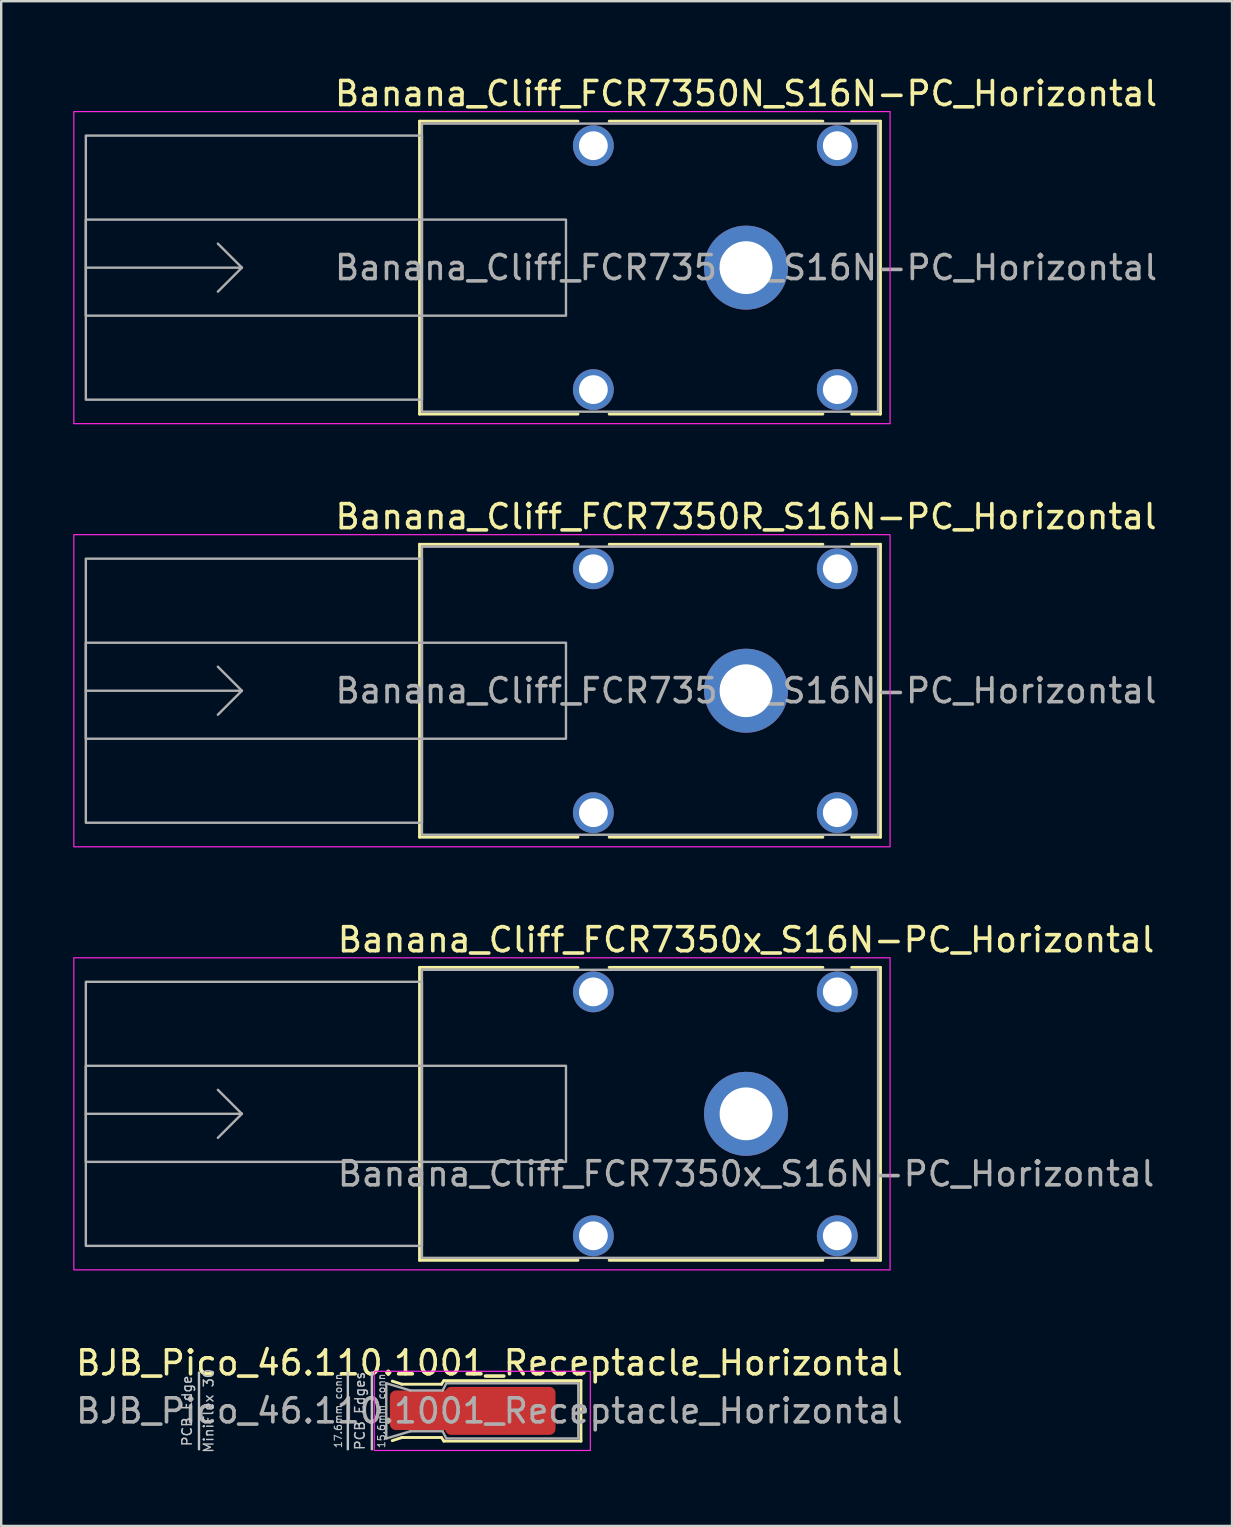
<source format=kicad_pcb>
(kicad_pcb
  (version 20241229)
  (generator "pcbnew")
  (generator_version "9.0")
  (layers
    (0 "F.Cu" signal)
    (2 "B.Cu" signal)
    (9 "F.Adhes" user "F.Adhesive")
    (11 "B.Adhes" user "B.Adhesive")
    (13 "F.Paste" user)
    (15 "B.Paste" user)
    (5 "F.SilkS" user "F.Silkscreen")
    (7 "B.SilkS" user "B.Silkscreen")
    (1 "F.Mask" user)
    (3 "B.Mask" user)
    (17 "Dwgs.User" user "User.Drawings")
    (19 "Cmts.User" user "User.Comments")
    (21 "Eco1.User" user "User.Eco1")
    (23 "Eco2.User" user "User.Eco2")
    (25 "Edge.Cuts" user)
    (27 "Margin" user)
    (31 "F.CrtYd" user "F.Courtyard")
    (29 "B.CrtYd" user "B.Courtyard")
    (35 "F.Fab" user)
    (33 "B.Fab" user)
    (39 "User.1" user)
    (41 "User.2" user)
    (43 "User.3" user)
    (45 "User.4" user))
  (footprint "Banana_Cliff_FCR7350x_S16N-PC_Horizontal"
    (layer "F.Cu")
    (at 28.025 43.345)
    (property "Reference" "Banana_Cliff_FCR7350x_S16N-PC_Horizontal" (at 0 -7.25 0) (unlocked yes) (layer "F.SilkS") (effects (font (size 1 1) (thickness 0.15))))
    (attr through_hole)
    (fp_line (start -13.6 -6.1) (end -13.6 6.1) (stroke (width 0.12) (type solid)) (layer "F.SilkS"))
    (fp_line (start -13.6 6.1) (end -7 6.1) (stroke (width 0.12) (type solid)) (layer "F.SilkS"))
    (fp_line (start -7 -6.1) (end -13.6 -6.1) (stroke (width 0.12) (type solid)) (layer "F.SilkS"))
    (fp_line (start -5.7 6.1) (end 3.2 6.1) (stroke (width 0.12) (type solid)) (layer "F.SilkS"))
    (fp_line (start 3.2 -6.1) (end -5.7 -6.1) (stroke (width 0.12) (type solid)) (layer "F.SilkS"))
    (fp_line (start 4.4 6.1) (end 5.6 6.1) (stroke (width 0.12) (type solid)) (layer "F.SilkS"))
    (fp_line (start 5.6 -6.1) (end 4.4 -6.1) (stroke (width 0.12) (type solid)) (layer "F.SilkS"))
    (fp_line (start 5.6 6.1) (end 5.6 -6.1) (stroke (width 0.12) (type solid)) (layer "F.SilkS"))
    (fp_rect (start 6 6.5) (end -28 -6.5) (stroke (width 0.05) (type solid)) (fill no) (layer "F.CrtYd"))
    (fp_line (start -27.5 0) (end -21 0) (stroke (width 0.1) (type solid)) (layer "F.Fab"))
    (fp_line (start -21 0) (end -22 -1) (stroke (width 0.1) (type solid)) (layer "F.Fab"))
    (fp_line (start -21 0) (end -22 1) (stroke (width 0.1) (type solid)) (layer "F.Fab"))
    (fp_rect (start -27.5 -2) (end -7.5 2) (stroke (width 0.1) (type solid)) (fill no) (layer "F.Fab"))
    (fp_rect (start -13.5 -6) (end 5.5 6) (stroke (width 0.1) (type solid)) (fill no) (layer "F.Fab"))
    (fp_rect (start -13.5 -5.5) (end -27.5 5.5) (stroke (width 0.1) (type solid)) (fill no) (layer "F.Fab"))
    (fp_text user "${REFERENCE}" (at 0 2.5 0) (unlocked yes) (layer "F.Fab") (effects (font (size 1 1) (thickness 0.15))))
    (pad "" np_thru_hole circle (at -6.36 -5.08) (size 1.7 1.7) (drill 1.2) (layers "*.Cu" "*.Mask"))
    (pad "" np_thru_hole circle (at -6.36 5.08) (size 1.7 1.7) (drill 1.2) (layers "*.Cu" "*.Mask"))
    (pad "" np_thru_hole circle (at 3.8 -5.08) (size 1.7 1.7) (drill 1.2) (layers "*.Cu" "*.Mask"))
    (pad "" np_thru_hole circle (at 3.8 5.08) (size 1.7 1.7) (drill 1.2) (layers "*.Cu" "*.Mask"))
    (pad "1" thru_hole circle (at 0 0) (size 3.5 3.5) (drill 2.2) (layers "*.Cu" "*.Mask")))
  (footprint "Banana_Cliff_FCR7350R_S16N-PC_Horizontal"
    (layer "F.Cu")
    (at 28.025 25.721)
    (property "Reference" "Banana_Cliff_FCR7350R_S16N-PC_Horizontal" (at 0 -7.25 0) (layer "F.SilkS") (effects (font (size 1 1) (thickness 0.15))))
    (attr through_hole)
    (fp_line (start -13.6 -6.1) (end -13.6 6.1) (stroke (width 0.12) (type solid)) (layer "F.SilkS"))
    (fp_line (start -13.6 6.1) (end -7 6.1) (stroke (width 0.12) (type solid)) (layer "F.SilkS"))
    (fp_line (start -7 -6.1) (end -13.6 -6.1) (stroke (width 0.12) (type solid)) (layer "F.SilkS"))
    (fp_line (start -5.7 6.1) (end 3.2 6.1) (stroke (width 0.12) (type solid)) (layer "F.SilkS"))
    (fp_line (start 3.2 -6.1) (end -5.7 -6.1) (stroke (width 0.12) (type solid)) (layer "F.SilkS"))
    (fp_line (start 4.4 6.1) (end 5.6 6.1) (stroke (width 0.12) (type solid)) (layer "F.SilkS"))
    (fp_line (start 5.6 -6.1) (end 4.4 -6.1) (stroke (width 0.12) (type solid)) (layer "F.SilkS"))
    (fp_line (start 5.6 6.1) (end 5.6 -6.1) (stroke (width 0.12) (type solid)) (layer "F.SilkS"))
    (fp_rect (start 6 6.5) (end -28 -6.5) (stroke (width 0.05) (type solid)) (fill no) (layer "F.CrtYd"))
    (fp_line (start -27.5 0) (end -21 0) (stroke (width 0.1) (type solid)) (layer "F.Fab"))
    (fp_line (start -21 0) (end -22 -1) (stroke (width 0.1) (type solid)) (layer "F.Fab"))
    (fp_line (start -21 0) (end -22 1) (stroke (width 0.1) (type solid)) (layer "F.Fab"))
    (fp_rect (start -27.5 -2) (end -7.5 2) (stroke (width 0.1) (type solid)) (fill no) (layer "F.Fab"))
    (fp_rect (start -13.5 -6) (end 5.5 6) (stroke (width 0.1) (type solid)) (fill no) (layer "F.Fab"))
    (fp_rect (start -13.5 -5.5) (end -27.5 5.5) (stroke (width 0.1) (type solid)) (fill no) (layer "F.Fab"))
    (fp_text user "${REFERENCE}" (at 0 0 0) (layer "F.Fab") (effects (font (size 1 1) (thickness 0.15))))
    (pad "" np_thru_hole circle (at -6.36 -5.08) (size 1.7 1.7) (drill 1.2) (layers "*.Cu" "*.Mask"))
    (pad "" np_thru_hole circle (at -6.36 5.08) (size 1.7 1.7) (drill 1.2) (layers "*.Cu" "*.Mask"))
    (pad "" np_thru_hole circle (at 3.8 -5.08) (size 1.7 1.7) (drill 1.2) (layers "*.Cu" "*.Mask"))
    (pad "" np_thru_hole circle (at 3.8 5.08) (size 1.7 1.7) (drill 1.2) (layers "*.Cu" "*.Mask"))
    (pad "1" thru_hole circle (at 0 0) (size 3.5 3.5) (drill 2.2) (layers "*.Cu" "*.Mask")))
  (footprint "BJB_Pico_46.110.1001_Receptacle_Horizontal"
    (layer "F.Cu")
    (at 17.339 55.718)
    (property "Reference" "BJB_Pico_46.110.1001_Receptacle_Horizontal" (at 0 -2 0) (layer "F.SilkS") (effects (font (size 1 1) (thickness 0.15))))
    (attr smd)
    (fp_line (start -4.05 -1.24) (end -3.65 -1.11) (stroke (width 0.12) (type default)) (layer "F.SilkS"))
    (fp_line (start -4.05 1.24) (end -3.65 1.11) (stroke (width 0.12) (type default)) (layer "F.SilkS"))
    (fp_line (start -3.65 -1.11) (end -2 -1.11) (stroke (width 0.12) (type default)) (layer "F.SilkS"))
    (fp_line (start -3.65 1.11) (end -2 1.11) (stroke (width 0.12) (type default)) (layer "F.SilkS"))
    (fp_line (start -2 -1.11) (end -1.9 -1.26) (stroke (width 0.12) (type default)) (layer "F.SilkS"))
    (fp_line (start -2 1.11) (end -1.9 1.26) (stroke (width 0.12) (type default)) (layer "F.SilkS"))
    (fp_line (start -1.9 -1.26) (end 3.81 -1.26) (stroke (width 0.12) (type default)) (layer "F.SilkS"))
    (fp_line (start -1.9 1.26) (end 3.81 1.26) (stroke (width 0.12) (type default)) (layer "F.SilkS"))
    (fp_line (start 3.81 -1.26) (end 3.81 1.26) (stroke (width 0.12) (type default)) (layer "F.SilkS"))
    (fp_line (start -12.1 -1.6) (end -12.1 1.6) (stroke (width 0.1) (type default)) (layer "Dwgs.User"))
    (fp_line (start -5.9 -1.6) (end -5.9 1.6) (stroke (width 0.1) (type default)) (layer "Dwgs.User"))
    (fp_line (start -4.9 -1.6) (end -4.9 1.6) (stroke (width 0.1) (type default)) (layer "Dwgs.User"))
    (fp_rect (start -4.8 -1.65) (end 4.2 1.65) (stroke (width 0.05) (type default)) (fill no) (layer "F.CrtYd"))
    (fp_line (start -4.3 -1.15) (end -3.3 -0.85) (stroke (width 0.1) (type default)) (layer "F.Fab"))
    (fp_line (start -4.3 1.15) (end -4.3 -1.15) (stroke (width 0.1) (type default)) (layer "F.Fab"))
    (fp_line (start -4.3 1.15) (end -3.3 0.85) (stroke (width 0.1) (type default)) (layer "F.Fab"))
    (fp_line (start -3.3 -0.85) (end -1.95 -0.85) (stroke (width 0.1) (type default)) (layer "F.Fab"))
    (fp_line (start -3.3 0.85) (end -1.95 0.85) (stroke (width 0.1) (type default)) (layer "F.Fab"))
    (fp_line (start -1.95 -0.85) (end -1.8 -1.15) (stroke (width 0.1) (type default)) (layer "F.Fab"))
    (fp_line (start -1.95 0.85) (end -1.8 1.15) (stroke (width 0.1) (type default)) (layer "F.Fab"))
    (fp_line (start -1.8 -1.15) (end 3.7 -1.15) (stroke (width 0.1) (type default)) (layer "F.Fab"))
    (fp_line (start -1.8 1.15) (end 3.7 1.15) (stroke (width 0.1) (type default)) (layer "F.Fab"))
    (fp_line (start 3.7 -1.15) (end 3.7 1.15) (stroke (width 0.1) (type default)) (layer "F.Fab"))
    (fp_text user "MiniFlex 30" (at -11.7 0 90) (unlocked yes) (layer "Dwgs.User") (effects (font (size 0.4 0.4) (thickness 0.06))))
    (fp_text user "PCB Edge" (at -12.6 0 90) (unlocked yes) (layer "Dwgs.User") (effects (font (size 0.4 0.4) (thickness 0.06))))
    (fp_text user "PCB Edges" (at -5.4 0 90) (unlocked yes) (layer "Dwgs.User") (effects (font (size 0.4 0.4) (thickness 0.06))))
    (fp_text user "17.6mm conn" (at -6.3 0 90) (unlocked yes) (layer "Dwgs.User") (effects (font (size 0.3 0.3) (thickness 0.045))))
    (fp_text user "15.6mm conn" (at -4.5 0 90) (unlocked yes) (layer "Dwgs.User") (effects (font (size 0.3 0.3) (thickness 0.045))))
    (fp_text user "${REFERENCE}" (at 0 0 0) (layer "F.Fab") (effects (font (size 1 1) (thickness 0.15))))
    (pad "" smd roundrect (at -3.1 -0.025) (size 2.1 1.65) (layers "F.Paste") (roundrect_rratio 0.152))
    (pad "" smd roundrect (at -0.7 0) (size 2.3 2) (layers "F.Paste") (roundrect_rratio 0.125))
    (pad "" smd roundrect (at 1.7 0) (size 2.1 2) (layers "F.Paste") (roundrect_rratio 0.125))
    (pad "1" smd roundrect (at -2.6 -0.025) (size 3.1 1.65) (layers "F.Cu" "F.Mask") (roundrect_rratio 0.152))
    (pad "1" smd roundrect (at 0.45 0) (size 4.6 2) (layers "F.Cu" "F.Mask") (roundrect_rratio 0.125)))
  (footprint "Banana_Cliff_FCR7350N_S16N-PC_Horizontal"
    (layer "F.Cu")
    (at 28.025 8.098)
    (property "Reference" "Banana_Cliff_FCR7350N_S16N-PC_Horizontal" (at 0 -7.25 0) (layer "F.SilkS") (effects (font (size 1 1) (thickness 0.15))))
    (attr through_hole)
    (fp_line (start -13.6 -6.1) (end -13.6 6.1) (stroke (width 0.12) (type solid)) (layer "F.SilkS"))
    (fp_line (start -13.6 6.1) (end -7 6.1) (stroke (width 0.12) (type solid)) (layer "F.SilkS"))
    (fp_line (start -7 -6.1) (end -13.6 -6.1) (stroke (width 0.12) (type solid)) (layer "F.SilkS"))
    (fp_line (start -5.7 6.1) (end 3.2 6.1) (stroke (width 0.12) (type solid)) (layer "F.SilkS"))
    (fp_line (start 3.2 -6.1) (end -5.7 -6.1) (stroke (width 0.12) (type solid)) (layer "F.SilkS"))
    (fp_line (start 4.4 6.1) (end 5.6 6.1) (stroke (width 0.12) (type solid)) (layer "F.SilkS"))
    (fp_line (start 5.6 -6.1) (end 4.4 -6.1) (stroke (width 0.12) (type solid)) (layer "F.SilkS"))
    (fp_line (start 5.6 6.1) (end 5.6 -6.1) (stroke (width 0.12) (type solid)) (layer "F.SilkS"))
    (fp_rect (start 6 6.5) (end -28 -6.5) (stroke (width 0.05) (type solid)) (fill no) (layer "F.CrtYd"))
    (fp_line (start -27.5 0) (end -21 0) (stroke (width 0.1) (type solid)) (layer "F.Fab"))
    (fp_line (start -21 0) (end -22 -1) (stroke (width 0.1) (type solid)) (layer "F.Fab"))
    (fp_line (start -21 0) (end -22 1) (stroke (width 0.1) (type solid)) (layer "F.Fab"))
    (fp_rect (start -27.5 -2) (end -7.5 2) (stroke (width 0.1) (type solid)) (fill no) (layer "F.Fab"))
    (fp_rect (start -13.5 -6) (end 5.5 6) (stroke (width 0.1) (type solid)) (fill no) (layer "F.Fab"))
    (fp_rect (start -13.5 -5.5) (end -27.5 5.5) (stroke (width 0.1) (type solid)) (fill no) (layer "F.Fab"))
    (fp_text user "${REFERENCE}" (at 0 0 0) (layer "F.Fab") (effects (font (size 1 1) (thickness 0.15))))
    (pad "" np_thru_hole circle (at -6.36 -5.08) (size 1.7 1.7) (drill 1.2) (layers "*.Cu" "*.Mask"))
    (pad "" np_thru_hole circle (at -6.36 5.08) (size 1.7 1.7) (drill 1.2) (layers "*.Cu" "*.Mask"))
    (pad "" np_thru_hole circle (at 3.8 -5.08) (size 1.7 1.7) (drill 1.2) (layers "*.Cu" "*.Mask"))
    (pad "" np_thru_hole circle (at 3.8 5.08) (size 1.7 1.7) (drill 1.2) (layers "*.Cu" "*.Mask"))
    (pad "1" thru_hole circle (at 0 0) (size 3.5 3.5) (drill 2.2) (layers "*.Cu" "*.Mask")))
  (gr_rect
    (start -3 -3)
    (end 48.269 60.511)
    (stroke (width 0.1) (type default))
    (fill no)
    (layer "Edge.Cuts")))
</source>
